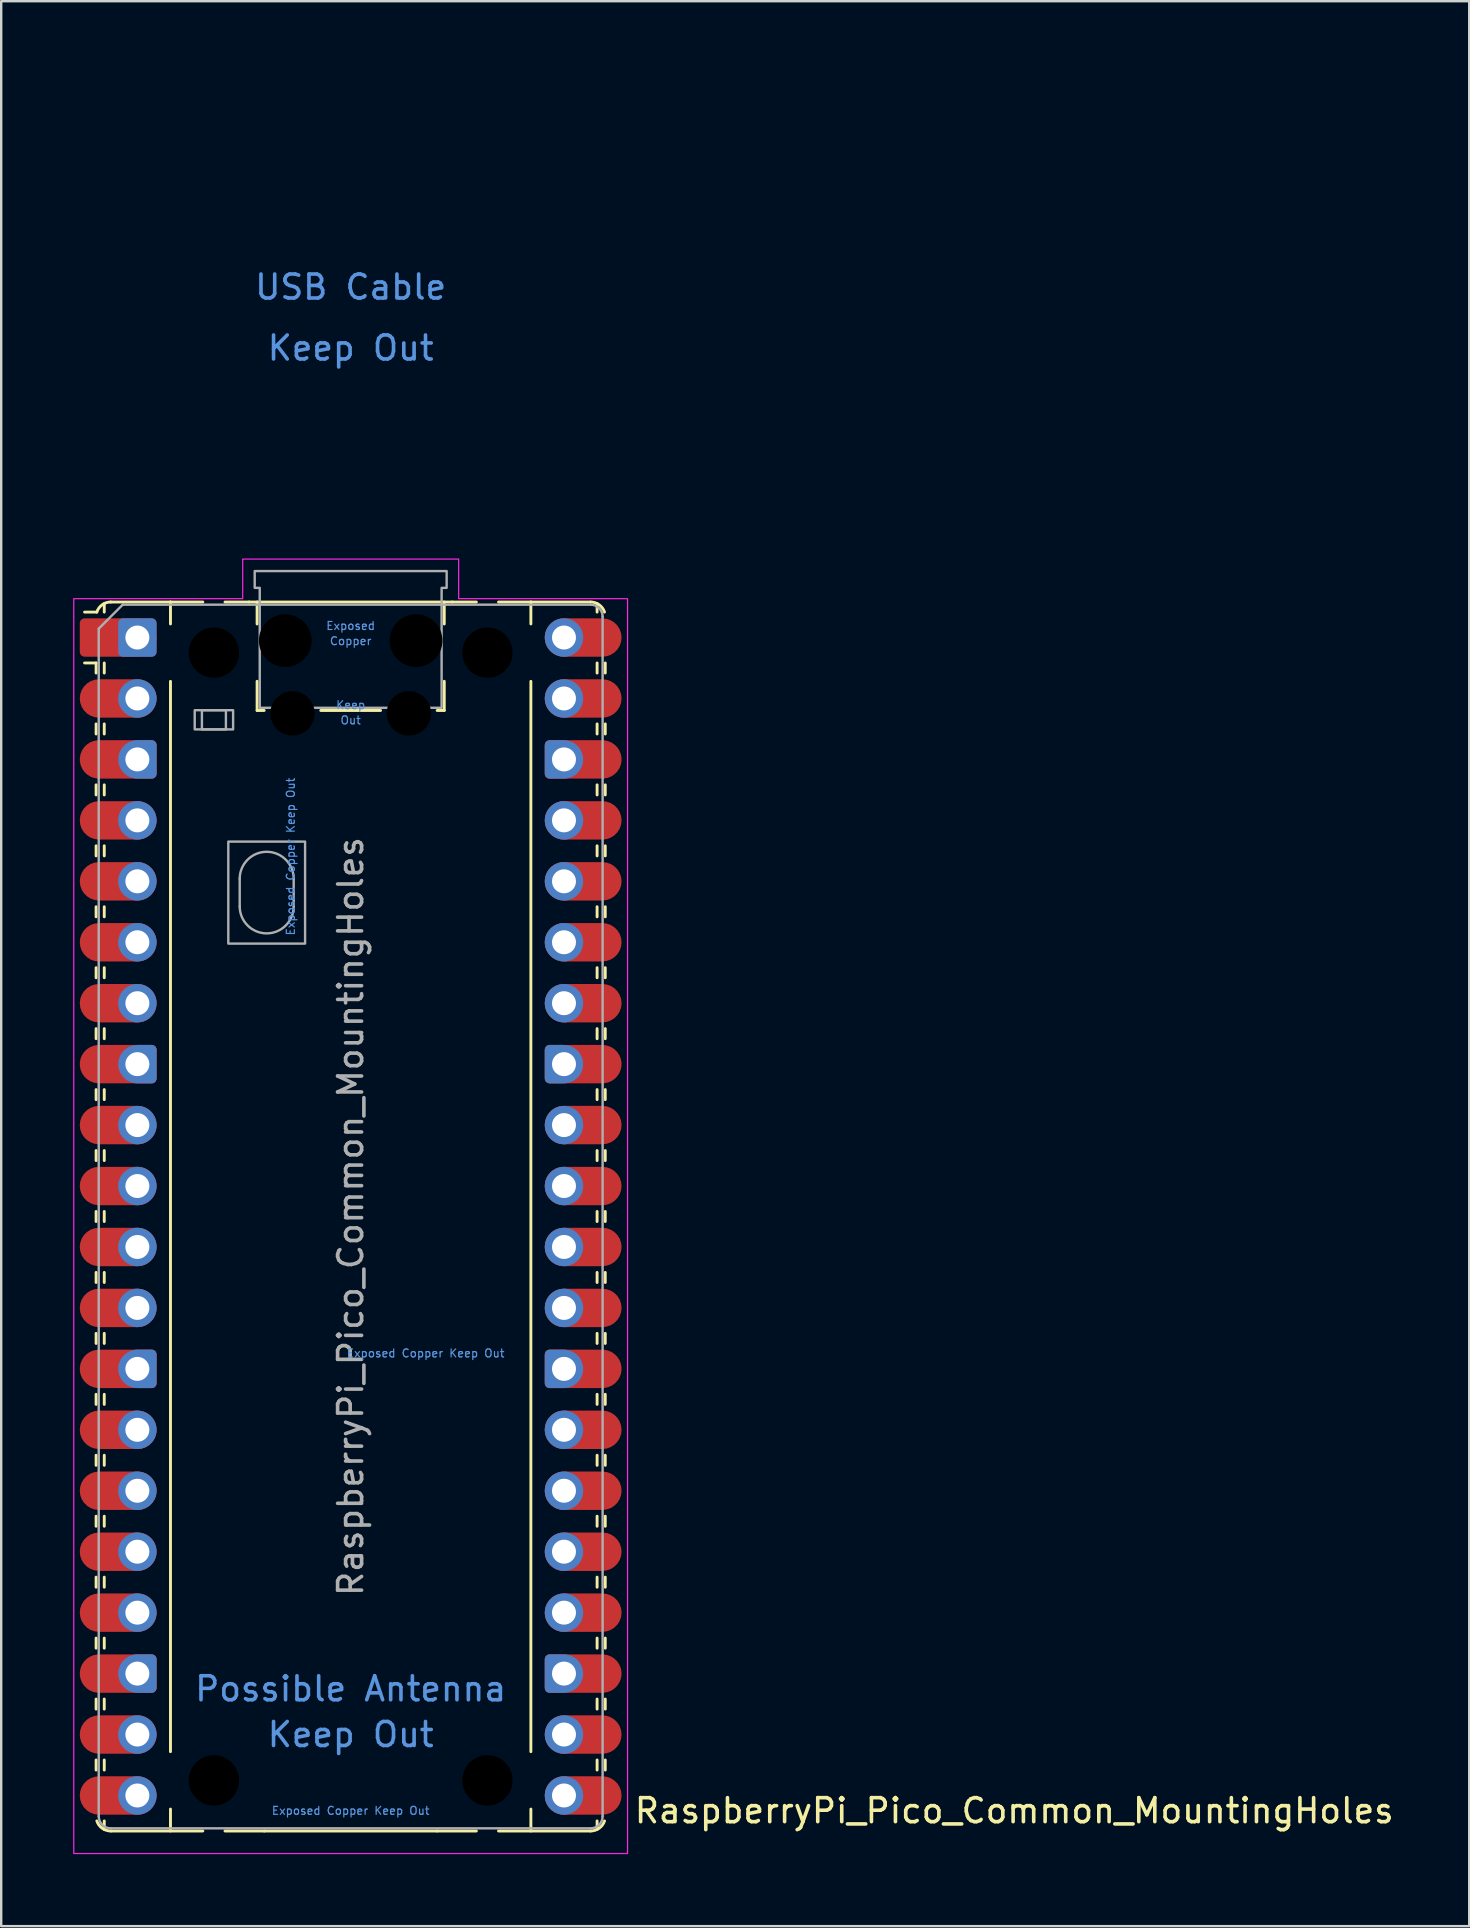
<source format=kicad_pcb>
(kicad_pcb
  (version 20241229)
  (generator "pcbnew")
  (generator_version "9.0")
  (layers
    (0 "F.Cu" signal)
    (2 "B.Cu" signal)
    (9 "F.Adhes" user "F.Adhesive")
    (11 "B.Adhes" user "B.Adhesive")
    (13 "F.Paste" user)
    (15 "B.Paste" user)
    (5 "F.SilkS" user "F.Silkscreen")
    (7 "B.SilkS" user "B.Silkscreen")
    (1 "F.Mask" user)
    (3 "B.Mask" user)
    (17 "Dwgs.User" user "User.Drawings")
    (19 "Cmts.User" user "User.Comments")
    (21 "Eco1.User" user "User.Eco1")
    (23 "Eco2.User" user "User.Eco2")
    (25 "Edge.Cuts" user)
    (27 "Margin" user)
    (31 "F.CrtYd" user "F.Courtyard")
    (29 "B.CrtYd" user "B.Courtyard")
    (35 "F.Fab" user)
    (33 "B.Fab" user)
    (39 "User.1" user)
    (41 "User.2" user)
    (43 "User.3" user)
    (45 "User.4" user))
  (footprint "RaspberryPi_Pico_Common_MountingHoles"
    (layer "F.Cu")
    (at 11.565 47.65)
    (property "Reference" "RaspberryPi_Pico_Common_MountingHoles" (at 11.748 24.765 0) (unlocked yes) (layer "F.SilkS") (effects (font (size 1 1) (thickness 0.15)) (justify left)))
    (attr through_hole)
    (fp_line (start -10.61 -23.07) (end -11.09 -23.07) (stroke (width 0.12) (type solid)) (layer "F.SilkS"))
    (fp_line (start -10.61 -23.07) (end -10.61 -22.65) (stroke (width 0.12) (type solid)) (layer "F.SilkS"))
    (fp_line (start -10.61 -20.53) (end -10.61 -20.11) (stroke (width 0.12) (type solid)) (layer "F.SilkS"))
    (fp_line (start -10.61 -17.99) (end -10.61 -17.57) (stroke (width 0.12) (type solid)) (layer "F.SilkS"))
    (fp_line (start -10.61 -15.45) (end -10.61 -15.03) (stroke (width 0.12) (type solid)) (layer "F.SilkS"))
    (fp_line (start -10.61 -12.91) (end -10.61 -12.49) (stroke (width 0.12) (type solid)) (layer "F.SilkS"))
    (fp_line (start -10.61 -10.37) (end -10.61 -9.95) (stroke (width 0.12) (type solid)) (layer "F.SilkS"))
    (fp_line (start -10.61 -7.83) (end -10.61 -7.41) (stroke (width 0.12) (type solid)) (layer "F.SilkS"))
    (fp_line (start -10.61 -5.29) (end -10.61 -4.87) (stroke (width 0.12) (type solid)) (layer "F.SilkS"))
    (fp_line (start -10.61 -2.75) (end -10.61 -2.33) (stroke (width 0.12) (type solid)) (layer "F.SilkS"))
    (fp_line (start -10.61 -0.21) (end -10.61 0.21) (stroke (width 0.12) (type solid)) (layer "F.SilkS"))
    (fp_line (start -10.61 2.33) (end -10.61 2.75) (stroke (width 0.12) (type solid)) (layer "F.SilkS"))
    (fp_line (start -10.61 4.87) (end -10.61 5.29) (stroke (width 0.12) (type solid)) (layer "F.SilkS"))
    (fp_line (start -10.61 7.41) (end -10.61 7.83) (stroke (width 0.12) (type solid)) (layer "F.SilkS"))
    (fp_line (start -10.61 9.95) (end -10.61 10.37) (stroke (width 0.12) (type solid)) (layer "F.SilkS"))
    (fp_line (start -10.61 12.49) (end -10.61 12.91) (stroke (width 0.12) (type solid)) (layer "F.SilkS"))
    (fp_line (start -10.61 15.03) (end -10.61 15.45) (stroke (width 0.12) (type solid)) (layer "F.SilkS"))
    (fp_line (start -10.61 17.57) (end -10.61 17.99) (stroke (width 0.12) (type solid)) (layer "F.SilkS"))
    (fp_line (start -10.61 20.11) (end -10.61 20.53) (stroke (width 0.12) (type solid)) (layer "F.SilkS"))
    (fp_line (start -10.61 22.65) (end -10.61 23.07) (stroke (width 0.12) (type solid)) (layer "F.SilkS"))
    (fp_line (start -10.58 -25.19) (end -11.09 -25.19) (stroke (width 0.12) (type solid)) (layer "F.SilkS"))
    (fp_line (start -10.27 -25.19) (end -10.27 -25.547) (stroke (width 0.12) (type solid)) (layer "F.SilkS"))
    (fp_line (start -10.27 -23.07) (end -10.27 -22.65) (stroke (width 0.12) (type solid)) (layer "F.SilkS"))
    (fp_line (start -10.27 -20.53) (end -10.27 -20.11) (stroke (width 0.12) (type solid)) (layer "F.SilkS"))
    (fp_line (start -10.27 -17.99) (end -10.27 -17.57) (stroke (width 0.12) (type solid)) (layer "F.SilkS"))
    (fp_line (start -10.27 -15.45) (end -10.27 -15.03) (stroke (width 0.12) (type solid)) (layer "F.SilkS"))
    (fp_line (start -10.27 -12.91) (end -10.27 -12.49) (stroke (width 0.12) (type solid)) (layer "F.SilkS"))
    (fp_line (start -10.27 -10.37) (end -10.27 -9.95) (stroke (width 0.12) (type solid)) (layer "F.SilkS"))
    (fp_line (start -10.27 -7.83) (end -10.27 -7.41) (stroke (width 0.12) (type solid)) (layer "F.SilkS"))
    (fp_line (start -10.27 -5.29) (end -10.27 -4.87) (stroke (width 0.12) (type solid)) (layer "F.SilkS"))
    (fp_line (start -10.27 -2.75) (end -10.27 -2.33) (stroke (width 0.12) (type solid)) (layer "F.SilkS"))
    (fp_line (start -10.27 -0.21) (end -10.27 0.21) (stroke (width 0.12) (type solid)) (layer "F.SilkS"))
    (fp_line (start -10.27 2.33) (end -10.27 2.75) (stroke (width 0.12) (type solid)) (layer "F.SilkS"))
    (fp_line (start -10.27 4.87) (end -10.27 5.29) (stroke (width 0.12) (type solid)) (layer "F.SilkS"))
    (fp_line (start -10.27 7.41) (end -10.27 7.83) (stroke (width 0.12) (type solid)) (layer "F.SilkS"))
    (fp_line (start -10.27 9.95) (end -10.27 10.37) (stroke (width 0.12) (type solid)) (layer "F.SilkS"))
    (fp_line (start -10.27 12.49) (end -10.27 12.91) (stroke (width 0.12) (type solid)) (layer "F.SilkS"))
    (fp_line (start -10.27 15.03) (end -10.27 15.45) (stroke (width 0.12) (type solid)) (layer "F.SilkS"))
    (fp_line (start -10.27 17.57) (end -10.27 17.99) (stroke (width 0.12) (type solid)) (layer "F.SilkS"))
    (fp_line (start -10.27 20.11) (end -10.27 20.53) (stroke (width 0.12) (type solid)) (layer "F.SilkS"))
    (fp_line (start -10.27 22.65) (end -10.27 23.07) (stroke (width 0.12) (type solid)) (layer "F.SilkS"))
    (fp_line (start -10.27 25.19) (end -10.27 25.547) (stroke (width 0.12) (type solid)) (layer "F.SilkS"))
    (fp_line (start -10 -25.61) (end -7.51 -25.61) (stroke (width 0.12) (type solid)) (layer "F.SilkS"))
    (fp_line (start -10 25.61) (end -6.162 25.61) (stroke (width 0.12) (type solid)) (layer "F.SilkS"))
    (fp_line (start -7.51 -25.61) (end -7.51 -24.696) (stroke (width 0.12) (type solid)) (layer "F.SilkS"))
    (fp_line (start -7.51 -25.61) (end -6.162 -25.61) (stroke (width 0.12) (type solid)) (layer "F.SilkS"))
    (fp_line (start -7.51 -22.304) (end -7.51 22.304) (stroke (width 0.12) (type solid)) (layer "F.SilkS"))
    (fp_line (start -7.51 24.696) (end -7.51 25.61) (stroke (width 0.12) (type solid)) (layer "F.SilkS"))
    (fp_line (start -5.238 -25.61) (end -4.235 -25.61) (stroke (width 0.12) (type solid)) (layer "F.SilkS"))
    (fp_line (start -4.235 -25.61) (end 4.235 -25.61) (stroke (width 0.12) (type solid)) (layer "F.SilkS"))
    (fp_line (start -3.9 -25.61) (end -3.9 -24.694) (stroke (width 0.12) (type solid)) (layer "F.SilkS"))
    (fp_line (start -3.9 -22.306) (end -3.9 -21.09) (stroke (width 0.12) (type solid)) (layer "F.SilkS"))
    (fp_line (start -3.9 -21.09) (end -3.604 -21.09) (stroke (width 0.12) (type solid)) (layer "F.SilkS"))
    (fp_line (start -3.6 25.61) (end -5.238 25.61) (stroke (width 0.12) (type solid)) (layer "F.SilkS"))
    (fp_line (start -1.246 -21.09) (end 1.246 -21.09) (stroke (width 0.12) (type solid)) (layer "F.SilkS"))
    (fp_line (start 3.6 25.61) (end -3.6 25.61) (stroke (width 0.12) (type solid)) (layer "F.SilkS"))
    (fp_line (start 3.604 -21.09) (end 3.9 -21.09) (stroke (width 0.12) (type solid)) (layer "F.SilkS"))
    (fp_line (start 3.9 -25.61) (end 3.9 -24.694) (stroke (width 0.12) (type solid)) (layer "F.SilkS"))
    (fp_line (start 3.9 -22.306) (end 3.9 -21.09) (stroke (width 0.12) (type solid)) (layer "F.SilkS"))
    (fp_line (start 4.235 -25.61) (end 5.238 -25.61) (stroke (width 0.12) (type solid)) (layer "F.SilkS"))
    (fp_line (start 5.238 25.61) (end 3.6 25.61) (stroke (width 0.12) (type solid)) (layer "F.SilkS"))
    (fp_line (start 6.162 -25.61) (end 7.51 -25.61) (stroke (width 0.12) (type solid)) (layer "F.SilkS"))
    (fp_line (start 6.162 25.61) (end 10 25.61) (stroke (width 0.12) (type solid)) (layer "F.SilkS"))
    (fp_line (start 7.51 -25.61) (end 7.51 -24.696) (stroke (width 0.12) (type solid)) (layer "F.SilkS"))
    (fp_line (start 7.51 -22.304) (end 7.51 22.304) (stroke (width 0.12) (type solid)) (layer "F.SilkS"))
    (fp_line (start 7.51 24.696) (end 7.51 25.61) (stroke (width 0.12) (type solid)) (layer "F.SilkS"))
    (fp_line (start 10 -25.61) (end 7.51 -25.61) (stroke (width 0.12) (type solid)) (layer "F.SilkS"))
    (fp_line (start 10.27 -25.19) (end 10.27 -25.547) (stroke (width 0.12) (type solid)) (layer "F.SilkS"))
    (fp_line (start 10.27 -23.07) (end 10.27 -22.65) (stroke (width 0.12) (type solid)) (layer "F.SilkS"))
    (fp_line (start 10.27 -20.53) (end 10.27 -20.11) (stroke (width 0.12) (type solid)) (layer "F.SilkS"))
    (fp_line (start 10.27 -17.99) (end 10.27 -17.57) (stroke (width 0.12) (type solid)) (layer "F.SilkS"))
    (fp_line (start 10.27 -15.45) (end 10.27 -15.03) (stroke (width 0.12) (type solid)) (layer "F.SilkS"))
    (fp_line (start 10.27 -12.91) (end 10.27 -12.49) (stroke (width 0.12) (type solid)) (layer "F.SilkS"))
    (fp_line (start 10.27 -10.37) (end 10.27 -9.95) (stroke (width 0.12) (type solid)) (layer "F.SilkS"))
    (fp_line (start 10.27 -7.83) (end 10.27 -7.41) (stroke (width 0.12) (type solid)) (layer "F.SilkS"))
    (fp_line (start 10.27 -5.29) (end 10.27 -4.87) (stroke (width 0.12) (type solid)) (layer "F.SilkS"))
    (fp_line (start 10.27 -2.75) (end 10.27 -2.33) (stroke (width 0.12) (type solid)) (layer "F.SilkS"))
    (fp_line (start 10.27 -0.21) (end 10.27 0.21) (stroke (width 0.12) (type solid)) (layer "F.SilkS"))
    (fp_line (start 10.27 2.33) (end 10.27 2.75) (stroke (width 0.12) (type solid)) (layer "F.SilkS"))
    (fp_line (start 10.27 4.87) (end 10.27 5.29) (stroke (width 0.12) (type solid)) (layer "F.SilkS"))
    (fp_line (start 10.27 7.41) (end 10.27 7.83) (stroke (width 0.12) (type solid)) (layer "F.SilkS"))
    (fp_line (start 10.27 9.95) (end 10.27 10.37) (stroke (width 0.12) (type solid)) (layer "F.SilkS"))
    (fp_line (start 10.27 12.49) (end 10.27 12.91) (stroke (width 0.12) (type solid)) (layer "F.SilkS"))
    (fp_line (start 10.27 15.03) (end 10.27 15.45) (stroke (width 0.12) (type solid)) (layer "F.SilkS"))
    (fp_line (start 10.27 17.57) (end 10.27 17.99) (stroke (width 0.12) (type solid)) (layer "F.SilkS"))
    (fp_line (start 10.27 20.11) (end 10.27 20.53) (stroke (width 0.12) (type solid)) (layer "F.SilkS"))
    (fp_line (start 10.27 22.65) (end 10.27 23.07) (stroke (width 0.12) (type solid)) (layer "F.SilkS"))
    (fp_line (start 10.27 25.19) (end 10.27 25.547) (stroke (width 0.12) (type solid)) (layer "F.SilkS"))
    (fp_line (start 10.61 -23.07) (end 10.61 -22.65) (stroke (width 0.12) (type solid)) (layer "F.SilkS"))
    (fp_line (start 10.61 -20.53) (end 10.61 -20.11) (stroke (width 0.12) (type solid)) (layer "F.SilkS"))
    (fp_line (start 10.61 -17.99) (end 10.61 -17.57) (stroke (width 0.12) (type solid)) (layer "F.SilkS"))
    (fp_line (start 10.61 -15.45) (end 10.61 -15.03) (stroke (width 0.12) (type solid)) (layer "F.SilkS"))
    (fp_line (start 10.61 -12.91) (end 10.61 -12.49) (stroke (width 0.12) (type solid)) (layer "F.SilkS"))
    (fp_line (start 10.61 -10.37) (end 10.61 -9.95) (stroke (width 0.12) (type solid)) (layer "F.SilkS"))
    (fp_line (start 10.61 -7.83) (end 10.61 -7.41) (stroke (width 0.12) (type solid)) (layer "F.SilkS"))
    (fp_line (start 10.61 -5.29) (end 10.61 -4.87) (stroke (width 0.12) (type solid)) (layer "F.SilkS"))
    (fp_line (start 10.61 -2.75) (end 10.61 -2.33) (stroke (width 0.12) (type solid)) (layer "F.SilkS"))
    (fp_line (start 10.61 -0.21) (end 10.61 0.21) (stroke (width 0.12) (type solid)) (layer "F.SilkS"))
    (fp_line (start 10.61 2.33) (end 10.61 2.75) (stroke (width 0.12) (type solid)) (layer "F.SilkS"))
    (fp_line (start 10.61 4.87) (end 10.61 5.29) (stroke (width 0.12) (type solid)) (layer "F.SilkS"))
    (fp_line (start 10.61 7.41) (end 10.61 7.83) (stroke (width 0.12) (type solid)) (layer "F.SilkS"))
    (fp_line (start 10.61 9.95) (end 10.61 10.37) (stroke (width 0.12) (type solid)) (layer "F.SilkS"))
    (fp_line (start 10.61 12.49) (end 10.61 12.91) (stroke (width 0.12) (type solid)) (layer "F.SilkS"))
    (fp_line (start 10.61 15.03) (end 10.61 15.45) (stroke (width 0.12) (type solid)) (layer "F.SilkS"))
    (fp_line (start 10.61 17.57) (end 10.61 17.99) (stroke (width 0.12) (type solid)) (layer "F.SilkS"))
    (fp_line (start 10.61 20.11) (end 10.61 20.53) (stroke (width 0.12) (type solid)) (layer "F.SilkS"))
    (fp_line (start 10.61 22.65) (end 10.61 23.07) (stroke (width 0.12) (type solid)) (layer "F.SilkS"))
    (fp_arc (start -10.579676 -25.189937) (mid -10.357938 -25.493944) (end -10 -25.61) (stroke (width 0.12) (type solid)) (layer "F.SilkS"))
    (fp_arc (start -10 25.61) (mid -10.357937 25.493944) (end -10.579676 25.189937) (stroke (width 0.12) (type solid)) (layer "F.SilkS"))
    (fp_arc (start 10 -25.61) (mid 10.357937 -25.493944) (end 10.579676 -25.189937) (stroke (width 0.12) (type solid)) (layer "F.SilkS"))
    (fp_arc (start 10.579676 25.189937) (mid 10.357946 25.493957) (end 10 25.61) (stroke (width 0.12) (type solid)) (layer "F.SilkS"))
    (fp_poly (pts (xy -4.5 -27.4) (xy 4.5 -27.4) (xy 4.5 -25.75) (xy 11.54 -25.75) (xy 11.54 26.55) (xy -11.54 26.55) (xy -11.54 -25.75) (xy -4.5 -25.75)) (stroke (width 0.05) (type solid)) (fill no) (layer "F.CrtYd"))
    (fp_line (start -10.5 -24.5) (end -9.5 -25.5) (stroke (width 0.1) (type solid)) (layer "F.Fab"))
    (fp_line (start -10.5 25) (end -10.5 -24.5) (stroke (width 0.1) (type solid)) (layer "F.Fab"))
    (fp_line (start -9.5 -25.5) (end 10 -25.5) (stroke (width 0.1) (type solid)) (layer "F.Fab"))
    (fp_line (start -4.625 -14.075) (end -4.625 -12.925) (stroke (width 0.1) (type solid)) (layer "F.Fab"))
    (fp_line (start -2.375 -14.075) (end -2.375 -12.925) (stroke (width 0.1) (type solid)) (layer "F.Fab"))
    (fp_line (start 10 25.5) (end -10 25.5) (stroke (width 0.1) (type solid)) (layer "F.Fab"))
    (fp_line (start 10.5 -25) (end 10.5 25) (stroke (width 0.1) (type solid)) (layer "F.Fab"))
    (fp_rect (start -6.5 -21.1) (end -4.9 -20.3) (stroke (width 0.1) (type solid)) (fill no) (layer "F.Fab"))
    (fp_rect (start -6.2 -21.1) (end -5.2 -20.3) (stroke (width 0.1) (type solid)) (fill no) (layer "F.Fab"))
    (fp_rect (start -5.1 -15.625) (end -1.9 -11.375) (stroke (width 0.1) (type solid)) (fill no) (layer "F.Fab"))
    (fp_arc (start -10 25.5) (mid -10.353553 25.353553) (end -10.5 25) (stroke (width 0.1) (type solid)) (layer "F.Fab"))
    (fp_arc (start -4.625 -14.075) (mid -3.5 -15.2) (end -2.375 -14.075) (stroke (width 0.1) (type solid)) (layer "F.Fab"))
    (fp_arc (start -2.375 -12.925) (mid -3.5 -11.8) (end -4.625 -12.925) (stroke (width 0.1) (type solid)) (layer "F.Fab"))
    (fp_arc (start 10 -25.5) (mid 10.353553 -25.353553) (end 10.5 -25) (stroke (width 0.1) (type solid)) (layer "F.Fab"))
    (fp_arc (start 10.5 25) (mid 10.353553 25.353553) (end 10 25.5) (stroke (width 0.1) (type solid)) (layer "F.Fab"))
    (fp_poly (pts (xy 3.79 -21.2) (xy 3.79 -26.2) (xy 4 -26.2) (xy 4 -26.9) (xy -4 -26.9) (xy -4 -26.2) (xy -3.79 -26.2) (xy -3.79 -21.2)) (stroke (width 0.1) (type solid)) (fill no) (layer "F.Fab"))
    (fp_text user "Copper" (at 0 -23.983 0) (unlocked yes) (layer "Cmts.User") (effects (font (size 0.333 0.333) (thickness 0.05))))
    (fp_text user "Keep Out" (at 0 -36.195 0) (unlocked yes) (layer "Cmts.User") (effects (font (size 1 1) (thickness 0.15))))
    (fp_text user "Keep Out" (at 0 21.59 0) (unlocked yes) (layer "Cmts.User") (effects (font (size 1 1) (thickness 0.15))))
    (fp_text user "Exposed" (at 0 -24.617 0) (unlocked yes) (layer "Cmts.User") (effects (font (size 0.333 0.333) (thickness 0.05))))
    (fp_text user "Exposed Copper Keep Out" (at 0 24.765 0) (unlocked yes) (layer "Cmts.User") (effects (font (size 0.333 0.333) (thickness 0.05))))
    (fp_text user "Keep" (at 0 -21.317 0) (unlocked yes) (layer "Cmts.User") (effects (font (size 0.333 0.333) (thickness 0.05))))
    (fp_text user "Exposed Copper Keep Out" (at -2.5 -15 90) (unlocked yes) (layer "Cmts.User") (effects (font (size 0.333 0.333) (thickness 0.05))))
    (fp_text user "Exposed Copper Keep Out" (at 3.124 5.7 0) (unlocked yes) (layer "Cmts.User") (effects (font (size 0.333 0.333) (thickness 0.05))))
    (fp_text user "USB Cable" (at 0 -38.735 0) (unlocked yes) (layer "Cmts.User") (effects (font (size 1 1) (thickness 0.15))))
    (fp_text user "Out" (at 0 -20.683 0) (unlocked yes) (layer "Cmts.User") (effects (font (size 0.333 0.333) (thickness 0.05))))
    (fp_text user "Possible Antenna" (at 0 19.685 0) (unlocked yes) (layer "Cmts.User") (effects (font (size 1 1) (thickness 0.15))))
    (fp_text user "${REFERENCE}" (at 0 0 90) (layer "F.Fab") (effects (font (size 1 1) (thickness 0.15))))
    (pad "" np_thru_hole circle (at -5.7 -23.5) (size 3.8 3.8) (drill 2.1) (layers "*.Mask"))
    (pad "" np_thru_hole circle (at -5.7 23.5) (size 3.8 3.8) (drill 2.1) (layers "*.Mask"))
    (pad "" np_thru_hole circle (at -2.725 -24) (size 2.2 2.2) (drill 2.2) (layers "*.Mask"))
    (pad "" np_thru_hole circle (at -2.425 -20.97) (size 1.85 1.85) (drill 1.85) (layers "*.Mask"))
    (pad "" np_thru_hole circle (at 2.425 -20.97) (size 1.85 1.85) (drill 1.85) (layers "*.Mask"))
    (pad "" np_thru_hole circle (at 2.725 -24) (size 2.2 2.2) (drill 2.2) (layers "*.Mask"))
    (pad "" np_thru_hole circle (at 5.7 -23.5) (size 3.8 3.8) (drill 2.1) (layers "*.Mask"))
    (pad "" np_thru_hole circle (at 5.7 23.5) (size 3.8 3.8) (drill 2.1) (layers "*.Mask"))
    (pad "1" thru_hole roundrect (at -8.89 -24.13) (size 1.6 1.6) (drill 1) (layers "*.Cu" "*.Mask") (roundrect_rratio 0.125))
    (pad "1" smd custom (at -8.89 -24.13) (size 1.6 1.6) (layers "F.Cu" "F.Mask") (options (anchor circle)) (primitives (gr_poly (pts (xy -2.4 0.6) (xy -2.4 -0.6) (xy -2.2 -0.8) (xy 0 -0.8) (xy 0 0.8) (xy -2.2 0.8)) (width 0) (fill yes)) (gr_circle (center -2.2 0.6) (end -2 0.6) (width 0) (fill yes)) (gr_circle (center -2.2 -0.6) (end -2 -0.6) (width 0) (fill yes))))
    (pad "2" thru_hole circle (at -8.89 -21.59) (size 1.6 1.6) (drill 1) (layers "*.Cu" "*.Mask"))
    (pad "2" smd roundrect (at -8.89 -21.59) (size 3.2 1.6) (drill (offset -0.8 0)) (layers "F.Cu" "F.Mask") (roundrect_rratio 0.5))
    (pad "3" smd custom (at -8.89 -19.05) (size 1.6 1.6) (layers "F.Cu" "F.Mask") (options (anchor circle)) (primitives (gr_poly (pts (xy 0.8 -0.6) (xy 0.8 0.6) (xy 0.6 0.8) (xy -1.6 0.8) (xy -1.6 -0.8) (xy 0.6 -0.8)) (width 0) (fill yes)) (gr_circle (center 0.6 0.6) (end 0.8 0.6) (width 0) (fill yes)) (gr_circle (center 0.6 -0.6) (end 0.8 -0.6) (width 0) (fill yes)) (gr_circle (center -1.6 0) (end -0.8 0) (width 0) (fill yes))))
    (pad "3" thru_hole custom (at -8.89 -19.05) (size 1.6 1.6) (drill 1) (layers "*.Cu" "*.Mask") (options (anchor circle)) (primitives (gr_poly (pts (xy 0.8 0.6) (xy 0.8 -0.6) (xy 0.6 -0.8) (xy 0 -0.8) (xy 0 0.8) (xy 0.6 0.8)) (width 0) (fill yes)) (gr_circle (center 0.6 0.6) (end 0.8 0.6) (width 0) (fill yes)) (gr_circle (center 0.6 -0.6) (end 0.8 -0.6) (width 0) (fill yes))))
    (pad "4" thru_hole circle (at -8.89 -16.51) (size 1.6 1.6) (drill 1) (layers "*.Cu" "*.Mask"))
    (pad "4" smd roundrect (at -8.89 -16.51) (size 3.2 1.6) (drill (offset -0.8 0)) (layers "F.Cu" "F.Mask") (roundrect_rratio 0.5))
    (pad "5" thru_hole circle (at -8.89 -13.97) (size 1.6 1.6) (drill 1) (layers "*.Cu" "*.Mask"))
    (pad "5" smd roundrect (at -8.89 -13.97) (size 3.2 1.6) (drill (offset -0.8 0)) (layers "F.Cu" "F.Mask") (roundrect_rratio 0.5))
    (pad "6" thru_hole circle (at -8.89 -11.43) (size 1.6 1.6) (drill 1) (layers "*.Cu" "*.Mask"))
    (pad "6" smd roundrect (at -8.89 -11.43) (size 3.2 1.6) (drill (offset -0.8 0)) (layers "F.Cu" "F.Mask") (roundrect_rratio 0.5))
    (pad "7" thru_hole circle (at -8.89 -8.89) (size 1.6 1.6) (drill 1) (layers "*.Cu" "*.Mask"))
    (pad "7" smd roundrect (at -8.89 -8.89) (size 3.2 1.6) (drill (offset -0.8 0)) (layers "F.Cu" "F.Mask") (roundrect_rratio 0.5))
    (pad "8" smd custom (at -8.89 -6.35) (size 1.6 1.6) (layers "F.Cu" "F.Mask") (options (anchor circle)) (primitives (gr_poly (pts (xy 0.8 -0.6) (xy 0.8 0.6) (xy 0.6 0.8) (xy -1.6 0.8) (xy -1.6 -0.8) (xy 0.6 -0.8)) (width 0) (fill yes)) (gr_circle (center 0.6 0.6) (end 0.8 0.6) (width 0) (fill yes)) (gr_circle (center 0.6 -0.6) (end 0.8 -0.6) (width 0) (fill yes)) (gr_circle (center -1.6 0) (end -0.8 0) (width 0) (fill yes))))
    (pad "8" thru_hole custom (at -8.89 -6.35) (size 1.6 1.6) (drill 1) (layers "*.Cu" "*.Mask") (options (anchor circle)) (primitives (gr_poly (pts (xy 0.8 0.6) (xy 0.8 -0.6) (xy 0.6 -0.8) (xy 0 -0.8) (xy 0 0.8) (xy 0.6 0.8)) (width 0) (fill yes)) (gr_circle (center 0.6 0.6) (end 0.8 0.6) (width 0) (fill yes)) (gr_circle (center 0.6 -0.6) (end 0.8 -0.6) (width 0) (fill yes))))
    (pad "9" thru_hole circle (at -8.89 -3.81) (size 1.6 1.6) (drill 1) (layers "*.Cu" "*.Mask"))
    (pad "9" smd roundrect (at -8.89 -3.81) (size 3.2 1.6) (drill (offset -0.8 0)) (layers "F.Cu" "F.Mask") (roundrect_rratio 0.5))
    (pad "10" thru_hole circle (at -8.89 -1.27) (size 1.6 1.6) (drill 1) (layers "*.Cu" "*.Mask"))
    (pad "10" smd roundrect (at -8.89 -1.27) (size 3.2 1.6) (drill (offset -0.8 0)) (layers "F.Cu" "F.Mask") (roundrect_rratio 0.5))
    (pad "11" thru_hole circle (at -8.89 1.27) (size 1.6 1.6) (drill 1) (layers "*.Cu" "*.Mask"))
    (pad "11" smd roundrect (at -8.89 1.27) (size 3.2 1.6) (drill (offset -0.8 0)) (layers "F.Cu" "F.Mask") (roundrect_rratio 0.5))
    (pad "12" thru_hole circle (at -8.89 3.81) (size 1.6 1.6) (drill 1) (layers "*.Cu" "*.Mask"))
    (pad "12" smd roundrect (at -8.89 3.81) (size 3.2 1.6) (drill (offset -0.8 0)) (layers "F.Cu" "F.Mask") (roundrect_rratio 0.5))
    (pad "13" smd custom (at -8.89 6.35) (size 1.6 1.6) (layers "F.Cu" "F.Mask") (options (anchor circle)) (primitives (gr_poly (pts (xy 0.8 -0.6) (xy 0.8 0.6) (xy 0.6 0.8) (xy -1.6 0.8) (xy -1.6 -0.8) (xy 0.6 -0.8)) (width 0) (fill yes)) (gr_circle (center 0.6 0.6) (end 0.8 0.6) (width 0) (fill yes)) (gr_circle (center 0.6 -0.6) (end 0.8 -0.6) (width 0) (fill yes)) (gr_circle (center -1.6 0) (end -0.8 0) (width 0) (fill yes))))
    (pad "13" thru_hole custom (at -8.89 6.35) (size 1.6 1.6) (drill 1) (layers "*.Cu" "*.Mask") (options (anchor circle)) (primitives (gr_poly (pts (xy 0.8 0.6) (xy 0.8 -0.6) (xy 0.6 -0.8) (xy 0 -0.8) (xy 0 0.8) (xy 0.6 0.8)) (width 0) (fill yes)) (gr_circle (center 0.6 0.6) (end 0.8 0.6) (width 0) (fill yes)) (gr_circle (center 0.6 -0.6) (end 0.8 -0.6) (width 0) (fill yes))))
    (pad "14" thru_hole circle (at -8.89 8.89) (size 1.6 1.6) (drill 1) (layers "*.Cu" "*.Mask"))
    (pad "14" smd roundrect (at -8.89 8.89) (size 3.2 1.6) (drill (offset -0.8 0)) (layers "F.Cu" "F.Mask") (roundrect_rratio 0.5))
    (pad "15" thru_hole circle (at -8.89 11.43) (size 1.6 1.6) (drill 1) (layers "*.Cu" "*.Mask"))
    (pad "15" smd roundrect (at -8.89 11.43) (size 3.2 1.6) (drill (offset -0.8 0)) (layers "F.Cu" "F.Mask") (roundrect_rratio 0.5))
    (pad "16" thru_hole circle (at -8.89 13.97) (size 1.6 1.6) (drill 1) (layers "*.Cu" "*.Mask"))
    (pad "16" smd roundrect (at -8.89 13.97) (size 3.2 1.6) (drill (offset -0.8 0)) (layers "F.Cu" "F.Mask") (roundrect_rratio 0.5))
    (pad "17" thru_hole circle (at -8.89 16.51) (size 1.6 1.6) (drill 1) (layers "*.Cu" "*.Mask"))
    (pad "17" smd roundrect (at -8.89 16.51) (size 3.2 1.6) (drill (offset -0.8 0)) (layers "F.Cu" "F.Mask") (roundrect_rratio 0.5))
    (pad "18" smd custom (at -8.89 19.05) (size 1.6 1.6) (layers "F.Cu" "F.Mask") (options (anchor circle)) (primitives (gr_poly (pts (xy 0.8 -0.6) (xy 0.8 0.6) (xy 0.6 0.8) (xy -1.6 0.8) (xy -1.6 -0.8) (xy 0.6 -0.8)) (width 0) (fill yes)) (gr_circle (center 0.6 0.6) (end 0.8 0.6) (width 0) (fill yes)) (gr_circle (center 0.6 -0.6) (end 0.8 -0.6) (width 0) (fill yes)) (gr_circle (center -1.6 0) (end -0.8 0) (width 0) (fill yes))))
    (pad "18" thru_hole custom (at -8.89 19.05) (size 1.6 1.6) (drill 1) (layers "*.Cu" "*.Mask") (options (anchor circle)) (primitives (gr_poly (pts (xy 0.8 0.6) (xy 0.8 -0.6) (xy 0.6 -0.8) (xy 0 -0.8) (xy 0 0.8) (xy 0.6 0.8)) (width 0) (fill yes)) (gr_circle (center 0.6 0.6) (end 0.8 0.6) (width 0) (fill yes)) (gr_circle (center 0.6 -0.6) (end 0.8 -0.6) (width 0) (fill yes))))
    (pad "19" thru_hole circle (at -8.89 21.59) (size 1.6 1.6) (drill 1) (layers "*.Cu" "*.Mask"))
    (pad "19" smd roundrect (at -8.89 21.59) (size 3.2 1.6) (drill (offset -0.8 0)) (layers "F.Cu" "F.Mask") (roundrect_rratio 0.5))
    (pad "20" thru_hole circle (at -8.89 24.13) (size 1.6 1.6) (drill 1) (layers "*.Cu" "*.Mask"))
    (pad "20" smd roundrect (at -8.89 24.13) (size 3.2 1.6) (drill (offset -0.8 0)) (layers "F.Cu" "F.Mask") (roundrect_rratio 0.5))
    (pad "21" thru_hole circle (at 8.89 24.13) (size 1.6 1.6) (drill 1) (layers "*.Cu" "*.Mask"))
    (pad "21" smd roundrect (at 8.89 24.13) (size 3.2 1.6) (drill (offset 0.8 0)) (layers "F.Cu" "F.Mask") (roundrect_rratio 0.5))
    (pad "22" thru_hole circle (at 8.89 21.59) (size 1.6 1.6) (drill 1) (layers "*.Cu" "*.Mask"))
    (pad "22" smd roundrect (at 8.89 21.59) (size 3.2 1.6) (drill (offset 0.8 0)) (layers "F.Cu" "F.Mask") (roundrect_rratio 0.5))
    (pad "23" smd custom (at 8.89 19.05) (size 1.6 1.6) (layers "F.Cu" "F.Mask") (options (anchor circle)) (primitives (gr_poly (pts (xy -0.8 -0.6) (xy -0.8 0.6) (xy -0.6 0.8) (xy 1.6 0.8) (xy 1.6 -0.8) (xy -0.6 -0.8)) (width 0) (fill yes)) (gr_circle (center -0.6 0.6) (end -0.4 0.6) (width 0) (fill yes)) (gr_circle (center -0.6 -0.6) (end -0.4 -0.6) (width 0) (fill yes)) (gr_circle (center 1.6 0) (end 2.4 0) (width 0) (fill yes))))
    (pad "23" thru_hole custom (at 8.89 19.05) (size 1.6 1.6) (drill 1) (layers "*.Cu" "*.Mask") (options (anchor circle)) (primitives (gr_poly (pts (xy -0.8 0.6) (xy -0.8 -0.6) (xy -0.6 -0.8) (xy 0 -0.8) (xy 0 0.8) (xy -0.6 0.8)) (width 0) (fill yes)) (gr_circle (center -0.6 0.6) (end -0.4 0.6) (width 0) (fill yes)) (gr_circle (center -0.6 -0.6) (end -0.4 -0.6) (width 0) (fill yes))))
    (pad "24" thru_hole circle (at 8.89 16.51) (size 1.6 1.6) (drill 1) (layers "*.Cu" "*.Mask"))
    (pad "24" smd roundrect (at 8.89 16.51) (size 3.2 1.6) (drill (offset 0.8 0)) (layers "F.Cu" "F.Mask") (roundrect_rratio 0.5))
    (pad "25" thru_hole circle (at 8.89 13.97) (size 1.6 1.6) (drill 1) (layers "*.Cu" "*.Mask"))
    (pad "25" smd roundrect (at 8.89 13.97) (size 3.2 1.6) (drill (offset 0.8 0)) (layers "F.Cu" "F.Mask") (roundrect_rratio 0.5))
    (pad "26" thru_hole circle (at 8.89 11.43) (size 1.6 1.6) (drill 1) (layers "*.Cu" "*.Mask"))
    (pad "26" smd roundrect (at 8.89 11.43) (size 3.2 1.6) (drill (offset 0.8 0)) (layers "F.Cu" "F.Mask") (roundrect_rratio 0.5))
    (pad "27" thru_hole circle (at 8.89 8.89) (size 1.6 1.6) (drill 1) (layers "*.Cu" "*.Mask"))
    (pad "27" smd roundrect (at 8.89 8.89) (size 3.2 1.6) (drill (offset 0.8 0)) (layers "F.Cu" "F.Mask") (roundrect_rratio 0.5))
    (pad "28" smd custom (at 8.89 6.35) (size 1.6 1.6) (layers "F.Cu" "F.Mask") (options (anchor circle)) (primitives (gr_poly (pts (xy -0.8 -0.6) (xy -0.8 0.6) (xy -0.6 0.8) (xy 1.6 0.8) (xy 1.6 -0.8) (xy -0.6 -0.8)) (width 0) (fill yes)) (gr_circle (center -0.6 0.6) (end -0.4 0.6) (width 0) (fill yes)) (gr_circle (center -0.6 -0.6) (end -0.4 -0.6) (width 0) (fill yes)) (gr_circle (center 1.6 0) (end 2.4 0) (width 0) (fill yes))))
    (pad "28" thru_hole custom (at 8.89 6.35) (size 1.6 1.6) (drill 1) (layers "*.Cu" "*.Mask") (options (anchor circle)) (primitives (gr_poly (pts (xy -0.8 0.6) (xy -0.8 -0.6) (xy -0.6 -0.8) (xy 0 -0.8) (xy 0 0.8) (xy -0.6 0.8)) (width 0) (fill yes)) (gr_circle (center -0.6 0.6) (end -0.4 0.6) (width 0) (fill yes)) (gr_circle (center -0.6 -0.6) (end -0.4 -0.6) (width 0) (fill yes))))
    (pad "29" thru_hole circle (at 8.89 3.81) (size 1.6 1.6) (drill 1) (layers "*.Cu" "*.Mask"))
    (pad "29" smd roundrect (at 8.89 3.81) (size 3.2 1.6) (drill (offset 0.8 0)) (layers "F.Cu" "F.Mask") (roundrect_rratio 0.5))
    (pad "30" thru_hole circle (at 8.89 1.27) (size 1.6 1.6) (drill 1) (layers "*.Cu" "*.Mask"))
    (pad "30" smd roundrect (at 8.89 1.27) (size 3.2 1.6) (drill (offset 0.8 0)) (layers "F.Cu" "F.Mask") (roundrect_rratio 0.5))
    (pad "31" thru_hole circle (at 8.89 -1.27) (size 1.6 1.6) (drill 1) (layers "*.Cu" "*.Mask"))
    (pad "31" smd roundrect (at 8.89 -1.27) (size 3.2 1.6) (drill (offset 0.8 0)) (layers "F.Cu" "F.Mask") (roundrect_rratio 0.5))
    (pad "32" thru_hole circle (at 8.89 -3.81) (size 1.6 1.6) (drill 1) (layers "*.Cu" "*.Mask"))
    (pad "32" smd roundrect (at 8.89 -3.81) (size 3.2 1.6) (drill (offset 0.8 0)) (layers "F.Cu" "F.Mask") (roundrect_rratio 0.5))
    (pad "33" smd custom (at 8.89 -6.35) (size 1.6 1.6) (layers "F.Cu" "F.Mask") (options (anchor circle)) (primitives (gr_poly (pts (xy -0.8 -0.6) (xy -0.8 0.6) (xy -0.6 0.8) (xy 1.6 0.8) (xy 1.6 -0.8) (xy -0.6 -0.8)) (width 0) (fill yes)) (gr_circle (center -0.6 0.6) (end -0.4 0.6) (width 0) (fill yes)) (gr_circle (center -0.6 -0.6) (end -0.4 -0.6) (width 0) (fill yes)) (gr_circle (center 1.6 0) (end 2.4 0) (width 0) (fill yes))))
    (pad "33" thru_hole custom (at 8.89 -6.35) (size 1.6 1.6) (drill 1) (layers "*.Cu" "*.Mask") (options (anchor circle)) (primitives (gr_poly (pts (xy -0.8 0.6) (xy -0.8 -0.6) (xy -0.6 -0.8) (xy 0 -0.8) (xy 0 0.8) (xy -0.6 0.8)) (width 0) (fill yes)) (gr_circle (center -0.6 0.6) (end -0.4 0.6) (width 0) (fill yes)) (gr_circle (center -0.6 -0.6) (end -0.4 -0.6) (width 0) (fill yes))))
    (pad "34" thru_hole circle (at 8.89 -8.89) (size 1.6 1.6) (drill 1) (layers "*.Cu" "*.Mask"))
    (pad "34" smd roundrect (at 8.89 -8.89) (size 3.2 1.6) (drill (offset 0.8 0)) (layers "F.Cu" "F.Mask") (roundrect_rratio 0.5))
    (pad "35" thru_hole circle (at 8.89 -11.43) (size 1.6 1.6) (drill 1) (layers "*.Cu" "*.Mask"))
    (pad "35" smd roundrect (at 8.89 -11.43) (size 3.2 1.6) (drill (offset 0.8 0)) (layers "F.Cu" "F.Mask") (roundrect_rratio 0.5))
    (pad "36" thru_hole circle (at 8.89 -13.97) (size 1.6 1.6) (drill 1) (layers "*.Cu" "*.Mask"))
    (pad "36" smd roundrect (at 8.89 -13.97) (size 3.2 1.6) (drill (offset 0.8 0)) (layers "F.Cu" "F.Mask") (roundrect_rratio 0.5))
    (pad "37" thru_hole circle (at 8.89 -16.51) (size 1.6 1.6) (drill 1) (layers "*.Cu" "*.Mask"))
    (pad "37" smd roundrect (at 8.89 -16.51) (size 3.2 1.6) (drill (offset 0.8 0)) (layers "F.Cu" "F.Mask") (roundrect_rratio 0.5))
    (pad "38" smd custom (at 8.89 -19.05) (size 1.6 1.6) (layers "F.Cu" "F.Mask") (options (anchor circle)) (primitives (gr_poly (pts (xy -0.8 -0.6) (xy -0.8 0.6) (xy -0.6 0.8) (xy 1.6 0.8) (xy 1.6 -0.8) (xy -0.6 -0.8)) (width 0) (fill yes)) (gr_circle (center -0.6 0.6) (end -0.4 0.6) (width 0) (fill yes)) (gr_circle (center -0.6 -0.6) (end -0.4 -0.6) (width 0) (fill yes)) (gr_circle (center 1.6 0) (end 2.4 0) (width 0) (fill yes))))
    (pad "38" thru_hole custom (at 8.89 -19.05) (size 1.6 1.6) (drill 1) (layers "*.Cu" "*.Mask") (options (anchor circle)) (primitives (gr_poly (pts (xy -0.8 0.6) (xy -0.8 -0.6) (xy -0.6 -0.8) (xy 0 -0.8) (xy 0 0.8) (xy -0.6 0.8)) (width 0) (fill yes)) (gr_circle (center -0.6 0.6) (end -0.4 0.6) (width 0) (fill yes)) (gr_circle (center -0.6 -0.6) (end -0.4 -0.6) (width 0) (fill yes))))
    (pad "39" thru_hole circle (at 8.89 -21.59) (size 1.6 1.6) (drill 1) (layers "*.Cu" "*.Mask"))
    (pad "39" smd roundrect (at 8.89 -21.59) (size 3.2 1.6) (drill (offset 0.8 0)) (layers "F.Cu" "F.Mask") (roundrect_rratio 0.5))
    (pad "40" thru_hole circle (at 8.89 -24.13) (size 1.6 1.6) (drill 1) (layers "*.Cu" "*.Mask"))
    (pad "40" smd roundrect (at 8.89 -24.13) (size 3.2 1.6) (drill (offset 0.8 0)) (layers "F.Cu" "F.Mask") (roundrect_rratio 0.5))
    (zone (net_name "") (layers "F.Cu" "B.Cu" "F.Paste" "B.Paste") (name "Antenna Copper Keep Out") (hatch full 0.5) (connect_pads) (min_thickness 0.254) (filled_areas_thickness no) (keepout (tracks not_allowed) (vias not_allowed) (pads not_allowed) (copperpour not_allowed) (footprints allowed)) (placement (enabled no)) (fill) (polygon (pts (xy 9.165 72.64) (xy 4.465 68.99) (xy 4.465 64.65) (xy 18.665 64.65) (xy 18.665 68.99) (xy 13.965 72.64) (xy 13.965 73.65) (xy 9.165 73.65))))
    (zone (net_name "") (layers "F.Cu" "F.Paste") (name "Pad Keep Out D1-W") (hatch full 0.5) (connect_pads) (min_thickness 0.25) (filled_areas_thickness no) (keepout (tracks not_allowed) (vias not_allowed) (pads not_allowed) (copperpour not_allowed) (footprints allowed)) (placement (enabled no)) (fill) (polygon (pts (xy 11.194 52.45) (xy 11.249 52.395) (xy 11.322 52.365) (xy 11.362 52.363) (xy 12.149 52.363) (xy 12.149 54.337) (xy 11.362 54.337) (xy 11.322 54.335) (xy 11.249 54.305) (xy 11.194 54.25) (xy 11.164 54.177) (xy 11.162 54.137) (xy 11.162 52.563) (xy 11.164 52.523))))
    (zone (net_name "") (layers "F.Cu" "F.Paste") (name "Pad Keep Out D1-W") (hatch full 0.5) (connect_pads) (min_thickness 0.25) (filled_areas_thickness no) (keepout (tracks not_allowed) (vias not_allowed) (pads not_allowed) (copperpour not_allowed) (footprints allowed)) (placement (enabled no)) (fill) (polygon (pts (xy 12.937 54.337) (xy 12.149 54.337) (xy 12.149 52.363) (xy 12.937 52.363) (xy 12.976 52.365) (xy 13.049 52.395) (xy 13.104 52.45) (xy 13.135 52.523) (xy 13.136 52.563) (xy 13.136 54.137) (xy 13.135 54.177) (xy 13.104 54.25) (xy 13.049 54.305) (xy 12.976 54.335))))
    (zone (net_name "") (layers "F.Cu" "F.Paste") (name "Pad Keep Out TP4") (hatch full 0.5) (connect_pads) (min_thickness 0.25) (filled_areas_thickness no) (keepout (tracks not_allowed) (vias not_allowed) (pads not_allowed) (copperpour not_allowed) (footprints allowed)) (placement (enabled no)) (fill) (polygon (pts (xy 8.549 31.098) (xy 8.423 31.064) (xy 8.309 30.998) (xy 8.217 30.906) (xy 8.151 30.792) (xy 8.117 30.666) (xy 8.115 30.6) (xy 8.115 30.15) (xy 10.015 30.15) (xy 10.015 30.6) (xy 10.013 30.666) (xy 9.979 30.792) (xy 9.913 30.906) (xy 9.821 30.998) (xy 9.707 31.064) (xy 9.581 31.098) (xy 9.515 31.1) (xy 8.615 31.1))))
    (zone (net_name "") (layers "F.Cu" "F.Paste") (name "Pad Keep Out TP5") (hatch full 0.5) (connect_pads) (min_thickness 0.25) (filled_areas_thickness no) (keepout (tracks not_allowed) (vias not_allowed) (pads not_allowed) (copperpour not_allowed) (footprints allowed)) (placement (enabled no)) (fill) (polygon (pts (xy 8.549 33.598) (xy 8.423 33.564) (xy 8.309 33.498) (xy 8.217 33.406) (xy 8.151 33.292) (xy 8.117 33.166) (xy 8.115 33.1) (xy 8.115 32.65) (xy 10.015 32.65) (xy 10.015 33.1) (xy 10.013 33.166) (xy 9.979 33.292) (xy 9.913 33.406) (xy 9.821 33.498) (xy 9.707 33.564) (xy 9.581 33.598) (xy 9.515 33.6) (xy 8.615 33.6))))
    (zone (net_name "") (layers "F.Cu" "F.Paste") (name "Pad Keep Out TP6") (hatch full 0.5) (connect_pads) (min_thickness 0.25) (filled_areas_thickness no) (keepout (tracks not_allowed) (vias not_allowed) (pads not_allowed) (copperpour not_allowed) (footprints allowed)) (placement (enabled no)) (fill) (polygon (pts (xy 8.549 36.098) (xy 8.423 36.064) (xy 8.309 35.998) (xy 8.217 35.906) (xy 8.151 35.792) (xy 8.117 35.666) (xy 8.115 35.6) (xy 8.115 35.15) (xy 10.015 35.15) (xy 10.015 35.6) (xy 10.013 35.666) (xy 9.979 35.792) (xy 9.913 35.906) (xy 9.821 35.998) (xy 9.707 36.064) (xy 9.581 36.098) (xy 9.515 36.1) (xy 8.615 36.1))))
    (zone (net_name "") (layers "F.Cu" "F.Paste") (name "Pad Keep Out TP3") (hatch full 0.5) (connect_pads) (min_thickness 0.25) (filled_areas_thickness no) (keepout (tracks not_allowed) (vias not_allowed) (pads not_allowed) (copperpour not_allowed) (footprints allowed)) (placement (enabled no)) (fill) (polygon (pts (xy 9.617 22.834) (xy 9.651 22.708) (xy 9.717 22.594) (xy 9.809 22.502) (xy 9.923 22.436) (xy 10.049 22.402) (xy 10.115 22.4) (xy 10.565 22.4) (xy 10.565 24.3) (xy 10.115 24.3) (xy 10.049 24.298) (xy 9.923 24.264) (xy 9.809 24.198) (xy 9.717 24.106) (xy 9.651 23.992) (xy 9.617 23.866) (xy 9.615 23.8) (xy 9.615 22.9))))
    (zone (net_name "") (layers "F.Cu" "F.Paste") (name "Pad Keep Out TP4") (hatch full 0.5) (connect_pads) (min_thickness 0.25) (filled_areas_thickness no) (keepout (tracks not_allowed) (vias not_allowed) (pads not_allowed) (copperpour not_allowed) (footprints allowed)) (placement (enabled no)) (fill) (polygon (pts (xy 10.015 30.15) (xy 10.015 29.7) (xy 10.013 29.634) (xy 9.979 29.508) (xy 9.913 29.394) (xy 9.821 29.302) (xy 9.707 29.236) (xy 9.581 29.202) (xy 9.515 29.2) (xy 8.615 29.2) (xy 8.549 29.202) (xy 8.423 29.236) (xy 8.309 29.302) (xy 8.217 29.394) (xy 8.151 29.508) (xy 8.117 29.634) (xy 8.115 29.7) (xy 8.115 30.15))))
    (zone (net_name "") (layers "F.Cu" "F.Paste") (name "Pad Keep Out TP5") (hatch full 0.5) (connect_pads) (min_thickness 0.25) (filled_areas_thickness no) (keepout (tracks not_allowed) (vias not_allowed) (pads not_allowed) (copperpour not_allowed) (footprints allowed)) (placement (enabled no)) (fill) (polygon (pts (xy 10.015 32.65) (xy 10.015 32.2) (xy 10.013 32.134) (xy 9.979 32.008) (xy 9.913 31.894) (xy 9.821 31.802) (xy 9.707 31.736) (xy 9.581 31.702) (xy 9.515 31.7) (xy 8.615 31.7) (xy 8.549 31.702) (xy 8.423 31.736) (xy 8.309 31.802) (xy 8.217 31.894) (xy 8.151 32.008) (xy 8.117 32.134) (xy 8.115 32.2) (xy 8.115 32.65))))
    (zone (net_name "") (layers "F.Cu" "F.Paste") (name "Pad Keep Out TP6") (hatch full 0.5) (connect_pads) (min_thickness 0.25) (filled_areas_thickness no) (keepout (tracks not_allowed) (vias not_allowed) (pads not_allowed) (copperpour not_allowed) (footprints allowed)) (placement (enabled no)) (fill) (polygon (pts (xy 10.015 35.15) (xy 10.015 34.7) (xy 10.013 34.634) (xy 9.979 34.508) (xy 9.913 34.394) (xy 9.821 34.302) (xy 9.707 34.236) (xy 9.581 34.202) (xy 9.515 34.2) (xy 8.615 34.2) (xy 8.549 34.202) (xy 8.423 34.236) (xy 8.309 34.302) (xy 8.217 34.394) (xy 8.151 34.508) (xy 8.117 34.634) (xy 8.115 34.7) (xy 8.115 35.15))))
    (zone (net_name "") (layers "F.Cu" "F.Paste") (name "Pad Keep Out TP3") (hatch full 0.5) (connect_pads) (min_thickness 0.25) (filled_areas_thickness no) (keepout (tracks not_allowed) (vias not_allowed) (pads not_allowed) (copperpour not_allowed) (footprints allowed)) (placement (enabled no)) (fill) (polygon (pts (xy 10.565 24.3) (xy 11.015 24.3) (xy 11.081 24.298) (xy 11.207 24.264) (xy 11.321 24.198) (xy 11.413 24.106) (xy 11.479 23.992) (xy 11.513 23.866) (xy 11.515 23.8) (xy 11.515 22.9) (xy 11.513 22.834) (xy 11.479 22.708) (xy 11.413 22.594) (xy 11.321 22.502) (xy 11.207 22.436) (xy 11.081 22.402) (xy 11.015 22.4) (xy 10.565 22.4))))
    (zone (net_name "") (layers "F.Cu" "F.Paste") (name "Pad Keep Out TP1") (hatch full 0.5) (connect_pads) (min_thickness 0.25) (filled_areas_thickness no) (keepout (tracks not_allowed) (vias not_allowed) (pads not_allowed) (copperpour not_allowed) (footprints allowed)) (placement (enabled no)) (fill) (polygon (pts (xy 10.617 26.134) (xy 10.651 26.008) (xy 10.717 25.894) (xy 10.809 25.802) (xy 10.923 25.736) (xy 11.049 25.702) (xy 11.115 25.7) (xy 11.565 25.7) (xy 11.565 27.6) (xy 11.115 27.6) (xy 11.049 27.598) (xy 10.923 27.564) (xy 10.809 27.498) (xy 10.717 27.406) (xy 10.651 27.292) (xy 10.617 27.166) (xy 10.615 27.1) (xy 10.615 26.2))))
    (zone (net_name "") (layers "F.Cu" "F.Paste") (name "Pad Keep Out TP1") (hatch full 0.5) (connect_pads) (min_thickness 0.25) (filled_areas_thickness no) (keepout (tracks not_allowed) (vias not_allowed) (pads not_allowed) (copperpour not_allowed) (footprints allowed)) (placement (enabled no)) (fill) (polygon (pts (xy 11.565 27.6) (xy 12.015 27.6) (xy 12.081 27.598) (xy 12.207 27.564) (xy 12.321 27.498) (xy 12.413 27.406) (xy 12.479 27.292) (xy 12.513 27.166) (xy 12.515 27.1) (xy 12.515 26.2) (xy 12.513 26.134) (xy 12.479 26.008) (xy 12.413 25.894) (xy 12.321 25.802) (xy 12.207 25.736) (xy 12.081 25.702) (xy 12.015 25.7) (xy 11.565 25.7))))
    (zone (net_name "") (layers "F.Cu" "F.Paste") (name "Pad Keep Out TP2") (hatch full 0.5) (connect_pads) (min_thickness 0.25) (filled_areas_thickness no) (keepout (tracks not_allowed) (vias not_allowed) (pads not_allowed) (copperpour not_allowed) (footprints allowed)) (placement (enabled no)) (fill) (polygon (pts (xy 11.617 22.849) (xy 11.651 22.723) (xy 11.717 22.609) (xy 11.809 22.517) (xy 11.923 22.451) (xy 12.049 22.417) (xy 12.115 22.415) (xy 12.565 22.415) (xy 12.565 24.315) (xy 12.115 24.315) (xy 12.049 24.313) (xy 11.923 24.279) (xy 11.809 24.213) (xy 11.717 24.121) (xy 11.651 24.007) (xy 11.617 23.881) (xy 11.615 23.815) (xy 11.615 22.915))))
    (zone (net_name "") (layers "F.Cu" "F.Paste") (name "Pad Keep Out TP2") (hatch full 0.5) (connect_pads) (min_thickness 0.25) (filled_areas_thickness no) (keepout (tracks not_allowed) (vias not_allowed) (pads not_allowed) (copperpour not_allowed) (footprints allowed)) (placement (enabled no)) (fill) (polygon (pts (xy 12.565 24.315) (xy 13.015 24.315) (xy 13.081 24.313) (xy 13.207 24.279) (xy 13.321 24.213) (xy 13.413 24.121) (xy 13.479 24.007) (xy 13.513 23.881) (xy 13.515 23.815) (xy 13.515 22.915) (xy 13.513 22.849) (xy 13.479 22.723) (xy 13.413 22.609) (xy 13.321 22.517) (xy 13.207 22.451) (xy 13.081 22.417) (xy 13.015 22.415) (xy 12.565 22.415))))
    (zone (net_name "") (layers "F.Cu" "F.Paste") (name "Pad Keep Out D2") (hatch full 0.5) (connect_pads) (min_thickness 0.25) (filled_areas_thickness no) (keepout (tracks not_allowed) (vias not_allowed) (pads not_allowed) (copperpour not_allowed) (footprints allowed)) (placement (enabled no)) (fill) (polygon (pts (xy 10.965 70.55) (xy 11.565 70.55) (arc (start 11.565 74.15) (mid 10.857893 73.857107) (end 10.565 73.15)) (xy 10.565 70.95) (xy 10.567 70.887) (xy 10.606 70.767) (xy 10.68 70.665) (xy 10.782 70.591) (xy 10.902 70.552))))
    (zone (net_name "") (layers "F.Cu" "F.Paste") (name "Pad Keep Out D2") (hatch full 0.5) (connect_pads) (min_thickness 0.25) (filled_areas_thickness no) (keepout (tracks not_allowed) (vias not_allowed) (pads not_allowed) (copperpour not_allowed) (footprints allowed)) (placement (enabled no)) (fill) (polygon (pts (xy 12.165 70.55) (xy 12.228 70.552) (xy 12.348 70.591) (xy 12.45 70.665) (xy 12.524 70.767) (xy 12.563 70.887) (xy 12.565 70.95) (arc (start 12.565 73.15) (mid 12.272107 73.857107) (end 11.565 74.15)) (xy 11.565 70.55))))
    (zone (net_name "") (layers "F.Cu" "F.Paste") (name "Pad Keep Out D2-W") (hatch full 0.508) (connect_pads) (min_thickness 0.254) (filled_areas_thickness no) (keepout (tracks not_allowed) (vias not_allowed) (pads not_allowed) (copperpour not_allowed) (footprints allowed)) (placement (enabled no)) (fill) (polygon (pts (xy 15.681 53.35) (xy 15.662 53.157) (xy 15.606 52.972) (xy 15.516 52.801) (xy 15.393 52.651) (xy 15.244 52.527) (xy 15.074 52.435) (xy 14.889 52.378) (xy 14.696 52.358) (xy 14.503 52.375) (xy 14.317 52.43) (xy 14.146 52.52) (xy 13.995 52.641) (xy 13.87 52.789) (xy 13.777 52.959) (xy 13.719 53.144) (xy 13.697 53.336) (xy 13.713 53.529) (xy 13.767 53.715) (xy 13.855 53.887) (xy 13.975 54.039) (xy 14.123 54.165) (xy 14.292 54.259) (xy 14.476 54.319) (xy 14.668 54.342) (xy 14.861 54.327) (xy 15.048 54.275) (xy 15.221 54.188) (xy 15.373 54.069) (xy 15.5 53.922) (xy 15.595 53.754) (xy 15.657 53.57) (xy 15.681 53.378))))
    (zone (net_name "") (layers "F.Cu" "F.Paste") (name "Pad Keep Out D3-W") (hatch full 0.508) (connect_pads) (min_thickness 0.254) (filled_areas_thickness no) (keepout (tracks not_allowed) (vias not_allowed) (pads not_allowed) (copperpour not_allowed) (footprints allowed)) (placement (enabled no)) (fill) (polygon (pts (xy 18.221 53.35) (xy 18.202 53.157) (xy 18.146 52.972) (xy 18.056 52.801) (xy 17.933 52.651) (xy 17.784 52.527) (xy 17.614 52.435) (xy 17.429 52.378) (xy 17.236 52.358) (xy 17.043 52.375) (xy 16.857 52.43) (xy 16.686 52.52) (xy 16.535 52.641) (xy 16.41 52.789) (xy 16.317 52.959) (xy 16.259 53.144) (xy 16.237 53.336) (xy 16.253 53.529) (xy 16.307 53.715) (xy 16.395 53.887) (xy 16.515 54.039) (xy 16.663 54.165) (xy 16.832 54.259) (xy 17.016 54.319) (xy 17.208 54.342) (xy 17.401 54.327) (xy 17.588 54.275) (xy 17.761 54.188) (xy 17.913 54.069) (xy 18.04 53.922) (xy 18.136 53.754) (xy 18.197 53.57) (xy 18.221 53.378))))
    (zone (net_name "") (layers "F.Cu" "F.Paste") (name "Pad Keep Out D1") (hatch full 0.5) (connect_pads) (min_thickness 0.25) (filled_areas_thickness no) (keepout (tracks not_allowed) (vias not_allowed) (pads not_allowed) (copperpour not_allowed) (footprints allowed)) (placement (enabled no)) (fill) (polygon (pts (arc (start 8.025 73.15) (mid 8.317893 73.857107) (end 9.025 74.15)) (arc (start 9.025 70.55) (mid 8.317893 70.842893) (end 8.025 71.55)))))
    (zone (net_name "") (layers "F.Cu" "F.Paste") (name "Pad Keep Out D1") (hatch full 0.5) (connect_pads) (min_thickness 0.25) (filled_areas_thickness no) (keepout (tracks not_allowed) (vias not_allowed) (pads not_allowed) (copperpour not_allowed) (footprints allowed)) (placement (enabled no)) (fill) (polygon (pts (arc (start 9.025 74.15) (mid 9.732107 73.857107) (end 10.025 73.15)) (arc (start 10.025 71.55) (mid 9.732107 70.842893) (end 9.025 70.55)))))
    (zone (net_name "") (layers "F.Cu" "F.Paste") (name "Pad Keep Out D3") (hatch full 0.5) (connect_pads) (min_thickness 0.25) (filled_areas_thickness no) (keepout (tracks not_allowed) (vias not_allowed) (pads not_allowed) (copperpour not_allowed) (footprints allowed)) (placement (enabled no)) (fill) (polygon (pts (arc (start 13.105141 73.149925) (mid 13.398034 73.857032) (end 14.105141 74.149925)) (arc (start 14.105141 70.549925) (mid 13.398034 70.842818) (end 13.105141 71.549925)))))
    (zone (net_name "") (layers "F.Cu" "F.Paste") (name "Pad Keep Out D3") (hatch full 0.5) (connect_pads) (min_thickness 0.25) (filled_areas_thickness no) (keepout (tracks not_allowed) (vias not_allowed) (pads not_allowed) (copperpour not_allowed) (footprints allowed)) (placement (enabled no)) (fill) (polygon (pts (arc (start 14.105141 74.149925) (mid 14.812248 73.857032) (end 15.105141 73.149925)) (arc (start 15.105141 71.549925) (mid 14.812248 70.842818) (end 14.105141 70.549925)))))
    (zone (net_name "") (layer "Edge.Cuts") (name "Board Keep Out USB Cable") (hatch edge 0.5) (connect_pads) (min_thickness 0.254) (filled_areas_thickness no) (keepout (tracks allowed) (vias allowed) (pads allowed) (copperpour allowed) (footprints allowed)) (placement (enabled no)) (fill) (polygon (pts (xy 5.365 0) (xy 17.765 0) (xy 17.765 20.4) (xy 5.365 20.4))))
    (zone (net_name "") (layer "F.CrtYd") (name "USB Cable Keep Out") (hatch full 0.5) (connect_pads) (min_thickness 0.254) (filled_areas_thickness no) (keepout (tracks allowed) (vias allowed) (pads allowed) (copperpour allowed) (footprints not_allowed)) (placement (enabled no)) (fill) (polygon (pts (xy 5.815 19.95) (xy 7.625 19.95) (xy 7.625 20.25) (xy 15.505 20.25) (xy 15.505 19.95) (xy 17.315 19.95) (xy 17.315 0.45) (xy 5.815 0.45)))))
  (gr_rect
    (start -3 -3)
    (end 58.182 77.225)
    (stroke (width 0.1) (type default))
    (fill no)
    (layer "Edge.Cuts")))
</source>
